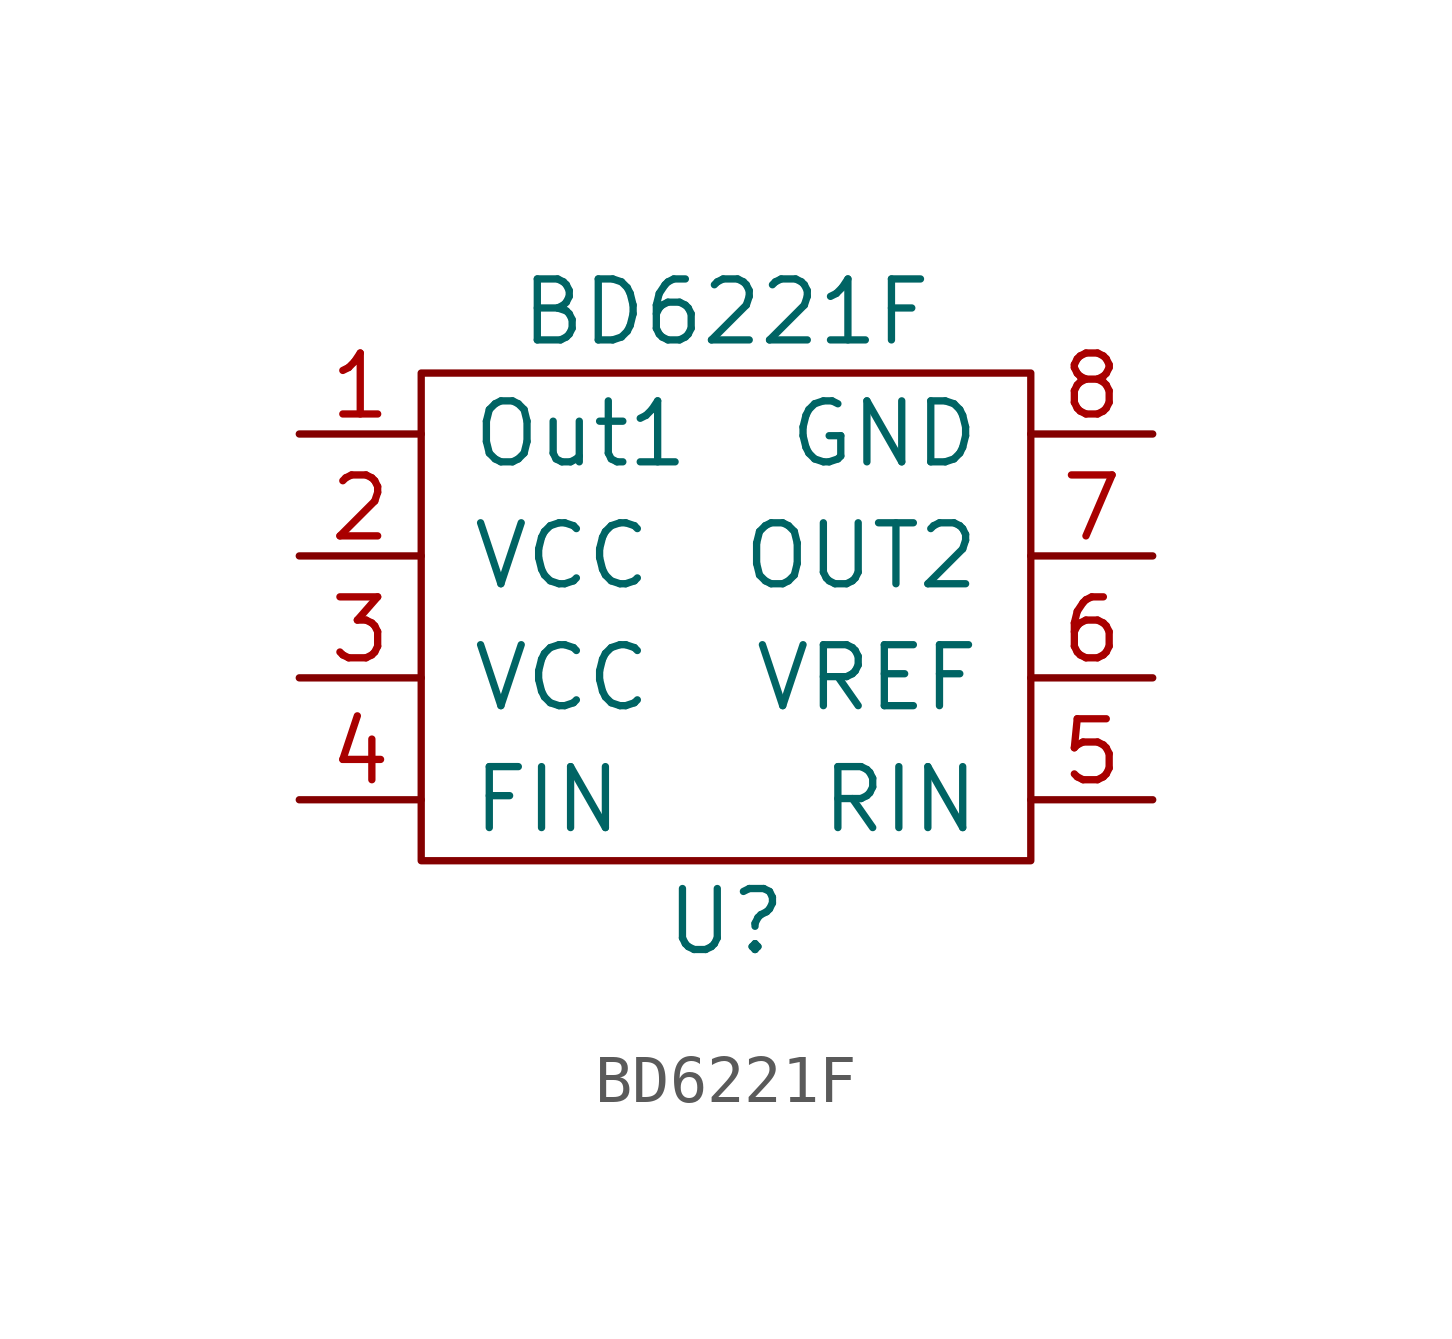
<source format=kicad_sym>
(kicad_symbol_lib
  (version 20211014)
  (generator kicad_symbol_editor)
  (symbol "BD6221F"
    (pin_names
      (offset 1.016))
    (property "Reference" "U"
      (at 0 -6.35 0)
      (effects (font (size 1.27 1.27))))
    (property "Value" "BD6221F"
      (at 0 6.35 0)
      (effects (font (size 1.27 1.27))))
    (symbol "BD6221F_0_1"
      (rectangle (start -6.35 5.08) (end 6.35 -5.08) (stroke (width 0) (type default) (color 0 0 0 0)) (fill (type none))))
    (symbol "BD6221F_1_1"
      (pin input line (at -8.89 3.81 0) (length 2.54) (name "Out1" (effects (font (size 1.27 1.27)))) (number "1" (effects (font (size 1.27 1.27)))))
      (pin input line (at -8.89 1.27 0) (length 2.54) (name "VCC" (effects (font (size 1.27 1.27)))) (number "2" (effects (font (size 1.27 1.27)))))
      (pin input line (at -8.89 -1.27 0) (length 2.54) (name "VCC" (effects (font (size 1.27 1.27)))) (number "3" (effects (font (size 1.27 1.27)))))
      (pin input line (at -8.89 -3.81 0) (length 2.54) (name "FIN" (effects (font (size 1.27 1.27)))) (number "4" (effects (font (size 1.27 1.27)))))
      (pin input line (at 8.89 -3.81 180) (length 2.54) (name "RIN" (effects (font (size 1.27 1.27)))) (number "5" (effects (font (size 1.27 1.27)))))
      (pin input line (at 8.89 -1.27 180) (length 2.54) (name "VREF" (effects (font (size 1.27 1.27)))) (number "6" (effects (font (size 1.27 1.27)))))
      (pin input line (at 8.89 1.27 180) (length 2.54) (name "OUT2" (effects (font (size 1.27 1.27)))) (number "7" (effects (font (size 1.27 1.27)))))
      (pin input line (at 8.89 3.81 180) (length 2.54) (name "GND" (effects (font (size 1.27 1.27)))) (number "8" (effects (font (size 1.27 1.27))))))))
</source>
